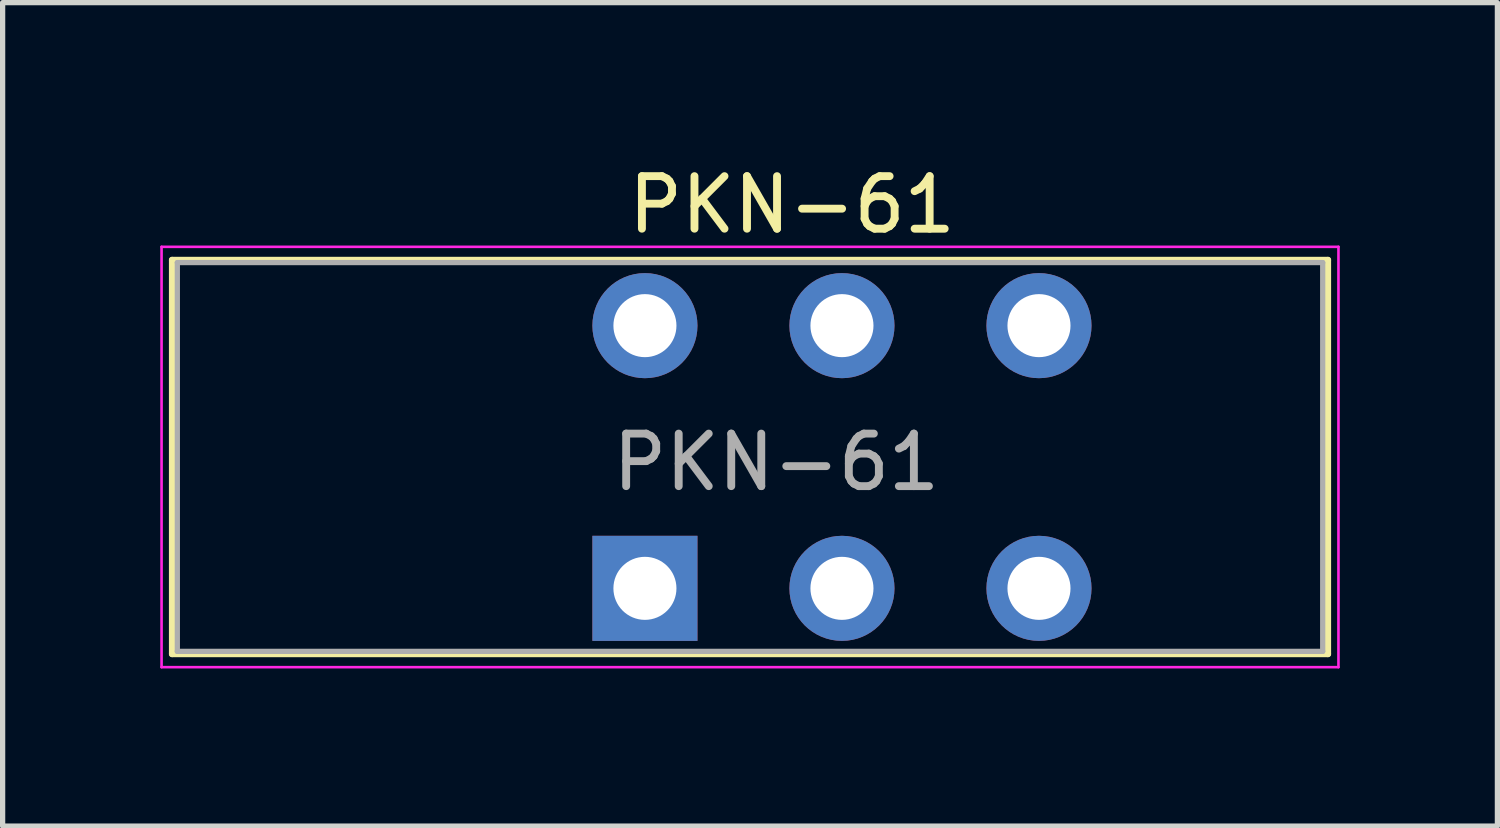
<source format=kicad_pcb>
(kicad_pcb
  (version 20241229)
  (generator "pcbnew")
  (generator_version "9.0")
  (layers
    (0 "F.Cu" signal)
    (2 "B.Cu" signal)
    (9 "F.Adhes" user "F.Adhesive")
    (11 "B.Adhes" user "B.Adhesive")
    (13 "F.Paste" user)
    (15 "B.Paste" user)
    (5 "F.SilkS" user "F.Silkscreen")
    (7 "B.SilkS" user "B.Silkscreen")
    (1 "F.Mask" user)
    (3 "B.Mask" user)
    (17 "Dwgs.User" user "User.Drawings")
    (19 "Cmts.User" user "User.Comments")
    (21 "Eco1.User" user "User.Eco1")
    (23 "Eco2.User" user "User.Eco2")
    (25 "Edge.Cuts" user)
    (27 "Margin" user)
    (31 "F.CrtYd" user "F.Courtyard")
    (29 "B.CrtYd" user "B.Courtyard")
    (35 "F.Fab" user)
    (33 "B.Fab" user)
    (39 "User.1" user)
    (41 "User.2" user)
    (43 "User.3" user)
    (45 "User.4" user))
  (footprint "PKN-61"
    (layer "F.Cu")
    (at 9.225 8.148)
    (property "Reference" "PKN-61" (at 2.8 -7.3 0) (layer "F.SilkS") (effects (font (size 1 1) (thickness 0.15))))
    (attr through_hole)
    (fp_line (start -9 -6.25) (end -9 1.25) (stroke (width 0.12) (type solid)) (layer "F.SilkS"))
    (fp_line (start -9 -6.25) (end 13 -6.25) (stroke (width 0.12) (type solid)) (layer "F.SilkS"))
    (fp_line (start -9 1.25) (end 13 1.25) (stroke (width 0.12) (type solid)) (layer "F.SilkS"))
    (fp_line (start 13 1.25) (end 13 -6.25) (stroke (width 0.12) (type solid)) (layer "F.SilkS"))
    (fp_line (start -9.2 -6.5) (end 13.2 -6.5) (stroke (width 0.05) (type solid)) (layer "F.CrtYd"))
    (fp_line (start -9.2 1.5) (end -9.2 -6.5) (stroke (width 0.05) (type solid)) (layer "F.CrtYd"))
    (fp_line (start 13.2 -6.5) (end 13.2 1.5) (stroke (width 0.05) (type solid)) (layer "F.CrtYd"))
    (fp_line (start 13.2 1.5) (end -9.2 1.5) (stroke (width 0.05) (type solid)) (layer "F.CrtYd"))
    (fp_line (start -8.9 -6.2) (end 12.9 -6.2) (stroke (width 0.1) (type solid)) (layer "F.Fab"))
    (fp_line (start -8.9 1.2) (end -8.9 -6.2) (stroke (width 0.1) (type solid)) (layer "F.Fab"))
    (fp_line (start 12.9 -6.2) (end 12.9 1.2) (stroke (width 0.1) (type solid)) (layer "F.Fab"))
    (fp_line (start 12.9 1.2) (end -8.9 1.2) (stroke (width 0.1) (type solid)) (layer "F.Fab"))
    (fp_text user "${REFERENCE}" (at 2.5 -2.4 0) (layer "F.Fab") (effects (font (size 1 1) (thickness 0.15))))
    (pad "1" thru_hole rect (at 0 0) (size 2 2) (drill 1.2) (layers "*.Cu" "*.Mask"))
    (pad "2" thru_hole circle (at 3.75 0) (size 2 2) (drill 1.2) (layers "*.Cu" "*.Mask"))
    (pad "3" thru_hole circle (at 7.5 0) (size 2 2) (drill 1.2) (layers "*.Cu" "*.Mask"))
    (pad "4" thru_hole circle (at 7.5 -5) (size 2 2) (drill 1.2) (layers "*.Cu" "*.Mask"))
    (pad "5" thru_hole circle (at 3.75 -5) (size 2 2) (drill 1.2) (layers "*.Cu" "*.Mask"))
    (pad "6" thru_hole circle (at 0 -5) (size 2 2) (drill 1.2) (layers "*.Cu" "*.Mask")))
  (gr_rect
    (start -3 -3)
    (end 25.45 12.673)
    (stroke (width 0.1) (type default))
    (fill no)
    (layer "Edge.Cuts")))
</source>
